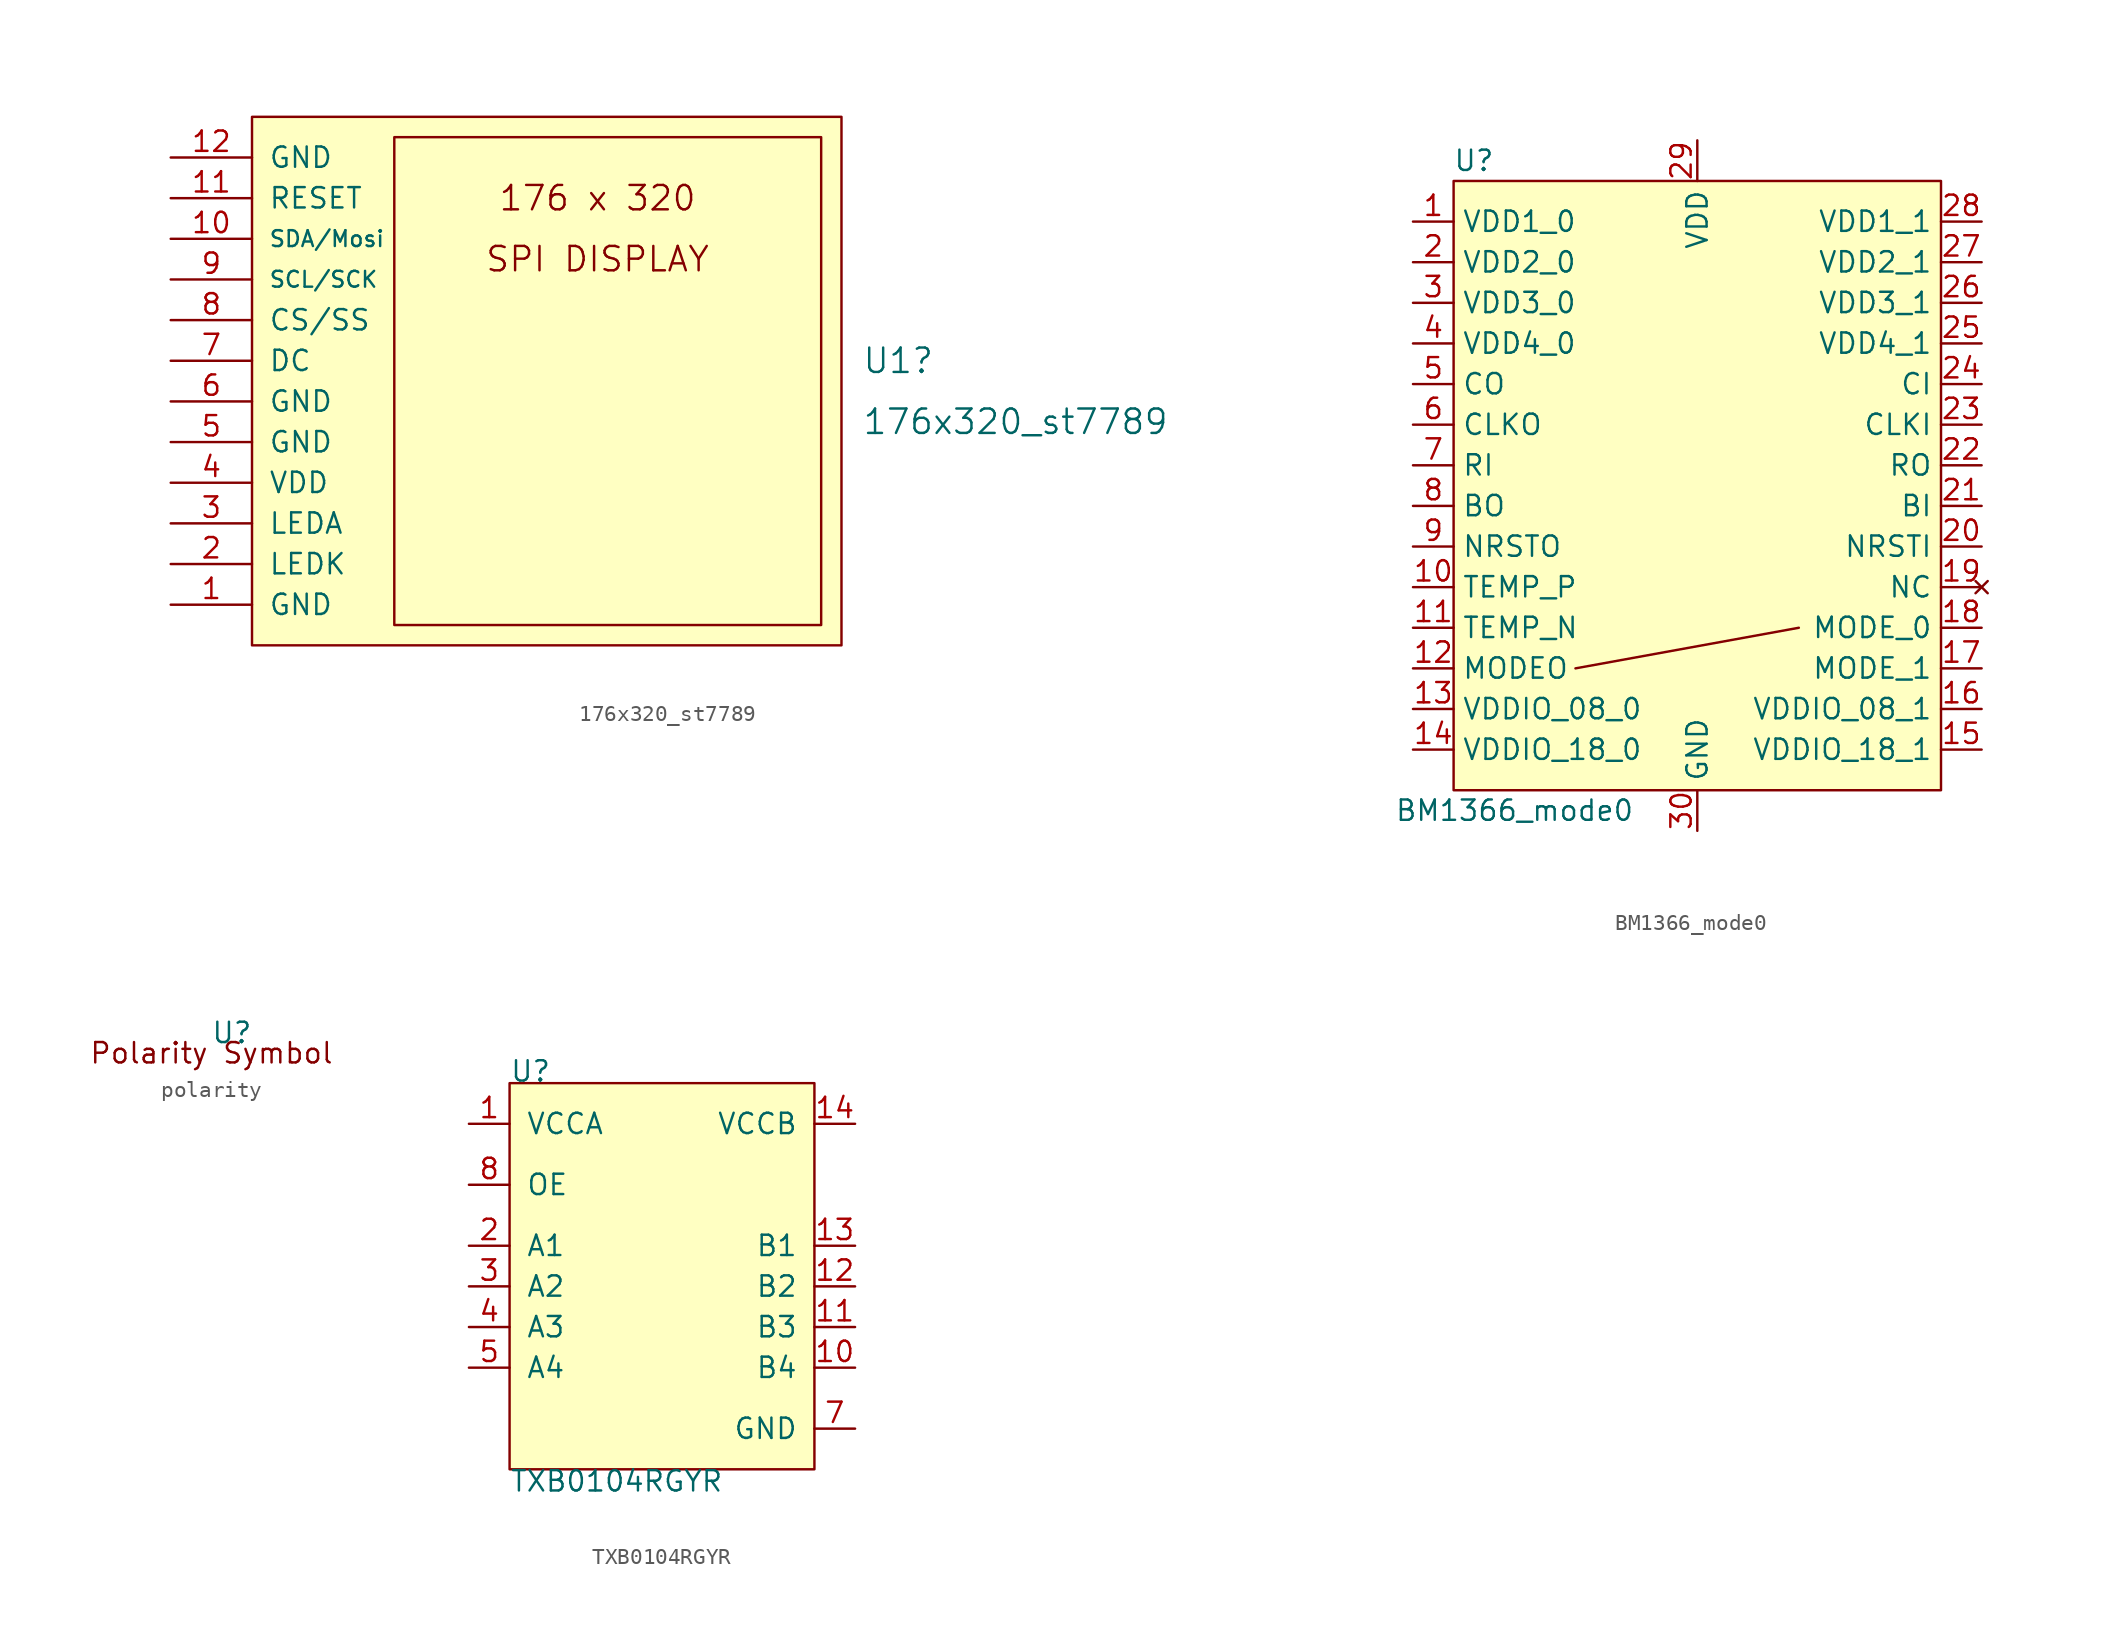
<source format=kicad_sym>
(kicad_symbol_lib
  (version 20220914)
  (generator kicad_symbol_editor)
  (symbol "176x320_st7789"
    (pin_names
      (offset 1.016))
    (property "Reference" "U1"
      (at 38.1 17.78 0)
      (effects (font (size 1.524 1.524)) (justify left)))
    (property "Value" "176x320_st7789"
      (at 38.1 13.97 0)
      (effects (font (size 1.524 1.524)) (justify left)))
    (symbol "176x320_st7789_0_0"
      (text "176 x 320" (at 21.59 27.94 0) (effects (font (size 1.524 1.524))))
      (text "SPI DISPLAY" (at 21.59 24.13 0) (effects (font (size 1.524 1.524)))))
    (symbol "176x320_st7789_0_1"
      (rectangle (start 8.89 31.75) (end 35.56 1.27) (stroke (width 0) (type default)) (fill (type none))))
    (symbol "176x320_st7789_1_1"
      (rectangle (start 0 33.02) (end 36.83 0) (stroke (width 0) (type default)) (fill (type background)))
      (pin power_in line (at -5.08 2.54 0) (length 5.08) (name "GND" (effects (font (size 1.27 1.27)))) (number "1" (effects (font (size 1.27 1.27)))))
      (pin bidirectional line (at -5.08 25.4 0) (length 5.08) (name "SDA/Mosi" (effects (font (size 0.991 0.991)))) (number "10" (effects (font (size 1.27 1.27)))))
      (pin bidirectional line (at -5.08 27.94 0) (length 5.08) (name "RESET" (effects (font (size 1.27 1.27)))) (number "11" (effects (font (size 1.27 1.27)))))
      (pin power_in line (at -5.08 30.48 0) (length 5.08) (name "GND" (effects (font (size 1.27 1.27)))) (number "12" (effects (font (size 1.27 1.27)))))
      (pin power_in line (at -5.08 5.08 0) (length 5.08) (name "LEDK" (effects (font (size 1.27 1.27)))) (number "2" (effects (font (size 1.27 1.27)))))
      (pin power_in line (at -5.08 7.62 0) (length 5.08) (name "LEDA" (effects (font (size 1.27 1.27)))) (number "3" (effects (font (size 1.27 1.27)))))
      (pin power_in line (at -5.08 10.16 0) (length 5.08) (name "VDD" (effects (font (size 1.27 1.27)))) (number "4" (effects (font (size 1.27 1.27)))))
      (pin power_in line (at -5.08 12.7 0) (length 5.08) (name "GND" (effects (font (size 1.27 1.27)))) (number "5" (effects (font (size 1.27 1.27)))))
      (pin power_in line (at -5.08 15.24 0) (length 5.08) (name "GND" (effects (font (size 1.27 1.27)))) (number "6" (effects (font (size 1.27 1.27)))))
      (pin bidirectional line (at -5.08 17.78 0) (length 5.08) (name "DC" (effects (font (size 1.27 1.27)))) (number "7" (effects (font (size 1.27 1.27)))))
      (pin bidirectional line (at -5.08 20.32 0) (length 5.08) (name "CS/SS" (effects (font (size 1.27 1.27)))) (number "8" (effects (font (size 1.27 1.27)))))
      (pin bidirectional line (at -5.08 22.86 0) (length 5.08) (name "SCL/SCK" (effects (font (size 0.991 0.991)))) (number "9" (effects (font (size 1.27 1.27)))))))
  (symbol "BM1366_mode0"
    (property "Reference" "U"
      (at -13.97 21.59 0)
      (effects (font (size 1.27 1.27))))
    (property "Value" "BM1366_mode0"
      (at -11.43 -19.05 0)
      (effects (font (size 1.27 1.27))))
    (symbol "BM1366_mode0_0_1"
      (rectangle (start -15.24 20.32) (end 15.24 -17.78) (stroke (width 0) (type default)) (fill (type background)))
      (polyline (pts (xy -7.62 -10.16) (xy 6.35 -7.62)) (stroke (width 0) (type default)) (fill (type none))))
    (symbol "BM1366_mode0_1_1"
      (pin input line (at -17.78 17.78 0) (length 2.54) (name "VDD1_0" (effects (font (size 1.27 1.27)))) (number "1" (effects (font (size 1.27 1.27)))))
      (pin input line (at -17.78 -5.08 0) (length 2.54) (name "TEMP_P" (effects (font (size 1.27 1.27)))) (number "10" (effects (font (size 1.27 1.27)))))
      (pin input line (at -17.78 -7.62 0) (length 2.54) (name "TEMP_N" (effects (font (size 1.27 1.27)))) (number "11" (effects (font (size 1.27 1.27)))))
      (pin input line (at -17.78 -10.16 0) (length 2.54) (name "MODEO" (effects (font (size 1.27 1.27)))) (number "12" (effects (font (size 1.27 1.27)))))
      (pin input line (at -17.78 -12.7 0) (length 2.54) (name "VDDIO_08_0" (effects (font (size 1.27 1.27)))) (number "13" (effects (font (size 1.27 1.27)))))
      (pin input line (at -17.78 -15.24 0) (length 2.54) (name "VDDIO_18_0" (effects (font (size 1.27 1.27)))) (number "14" (effects (font (size 1.27 1.27)))))
      (pin input line (at 17.78 -15.24 180) (length 2.54) (name "VDDIO_18_1" (effects (font (size 1.27 1.27)))) (number "15" (effects (font (size 1.27 1.27)))))
      (pin input line (at 17.78 -12.7 180) (length 2.54) (name "VDDIO_08_1" (effects (font (size 1.27 1.27)))) (number "16" (effects (font (size 1.27 1.27)))))
      (pin input line (at 17.78 -10.16 180) (length 2.54) (name "MODE_1" (effects (font (size 1.27 1.27)))) (number "17" (effects (font (size 1.27 1.27)))))
      (pin input line (at 17.78 -7.62 180) (length 2.54) (name "MODE_0" (effects (font (size 1.27 1.27)))) (number "18" (effects (font (size 1.27 1.27)))))
      (pin no_connect line (at 17.78 -5.08 180) (length 2.54) (name "NC" (effects (font (size 1.27 1.27)))) (number "19" (effects (font (size 1.27 1.27)))))
      (pin input line (at -17.78 15.24 0) (length 2.54) (name "VDD2_0" (effects (font (size 1.27 1.27)))) (number "2" (effects (font (size 1.27 1.27)))))
      (pin input line (at 17.78 -2.54 180) (length 2.54) (name "NRSTI" (effects (font (size 1.27 1.27)))) (number "20" (effects (font (size 1.27 1.27)))))
      (pin input line (at 17.78 0 180) (length 2.54) (name "BI" (effects (font (size 1.27 1.27)))) (number "21" (effects (font (size 1.27 1.27)))))
      (pin input line (at 17.78 2.54 180) (length 2.54) (name "RO" (effects (font (size 1.27 1.27)))) (number "22" (effects (font (size 1.27 1.27)))))
      (pin input line (at 17.78 5.08 180) (length 2.54) (name "CLKI" (effects (font (size 1.27 1.27)))) (number "23" (effects (font (size 1.27 1.27)))))
      (pin input line (at 17.78 7.62 180) (length 2.54) (name "CI" (effects (font (size 1.27 1.27)))) (number "24" (effects (font (size 1.27 1.27)))))
      (pin input line (at 17.78 10.16 180) (length 2.54) (name "VDD4_1" (effects (font (size 1.27 1.27)))) (number "25" (effects (font (size 1.27 1.27)))))
      (pin input line (at 17.78 12.7 180) (length 2.54) (name "VDD3_1" (effects (font (size 1.27 1.27)))) (number "26" (effects (font (size 1.27 1.27)))))
      (pin input line (at 17.78 15.24 180) (length 2.54) (name "VDD2_1" (effects (font (size 1.27 1.27)))) (number "27" (effects (font (size 1.27 1.27)))))
      (pin input line (at 17.78 17.78 180) (length 2.54) (name "VDD1_1" (effects (font (size 1.27 1.27)))) (number "28" (effects (font (size 1.27 1.27)))))
      (pin input line (at 0 22.86 270) (length 2.54) (name "VDD" (effects (font (size 1.27 1.27)))) (number "29" (effects (font (size 1.27 1.27)))))
      (pin input line (at -17.78 12.7 0) (length 2.54) (name "VDD3_0" (effects (font (size 1.27 1.27)))) (number "3" (effects (font (size 1.27 1.27)))))
      (pin input line (at 0 -20.32 90) (length 2.54) (name "GND" (effects (font (size 1.27 1.27)))) (number "30" (effects (font (size 1.27 1.27)))))
      (pin input line (at -17.78 10.16 0) (length 2.54) (name "VDD4_0" (effects (font (size 1.27 1.27)))) (number "4" (effects (font (size 1.27 1.27)))))
      (pin input line (at -17.78 7.62 0) (length 2.54) (name "CO" (effects (font (size 1.27 1.27)))) (number "5" (effects (font (size 1.27 1.27)))))
      (pin input line (at -17.78 5.08 0) (length 2.54) (name "CLKO" (effects (font (size 1.27 1.27)))) (number "6" (effects (font (size 1.27 1.27)))))
      (pin input line (at -17.78 2.54 0) (length 2.54) (name "RI" (effects (font (size 1.27 1.27)))) (number "7" (effects (font (size 1.27 1.27)))))
      (pin input line (at -17.78 0 0) (length 2.54) (name "BO" (effects (font (size 1.27 1.27)))) (number "8" (effects (font (size 1.27 1.27)))))
      (pin input line (at -17.78 -2.54 0) (length 2.54) (name "NRSTO" (effects (font (size 1.27 1.27)))) (number "9" (effects (font (size 1.27 1.27)))))))
  (symbol "polarity"
    (property "Reference" "U"
      (at 0 0 0)
      (effects (font (size 1.27 1.27))))
    (property "Value" ""
      (at 0 0 0)
      (effects (font (size 1.27 1.27))))
    (symbol "polarity_1_1"
      (text "Polarity Symbol" (at -1.27 -1.27 0) (effects (font (size 1.27 1.27))))))
  (symbol "TXB0104RGYR"
    (pin_names
      (offset 1.016))
    (property "Reference" "U"
      (at -8.89 12.7 0)
      (effects (font (size 1.27 1.27)) (justify left bottom)))
    (property "Value" "TXB0104RGYR"
      (at -8.89 -11.43 0)
      (effects (font (size 1.27 1.27)) (justify left top)))
    (symbol "TXB0104RGYR_0_0"
      (rectangle (start -8.89 12.7) (end 10.16 -11.43) (stroke (width 0.152) (type default)) (fill (type background)))
      (pin power_in line (at -11.43 10.16 0) (length 2.54) (name "VCCA" (effects (font (size 1.27 1.27)))) (number "1" (effects (font (size 1.27 1.27)))))
      (pin bidirectional line (at 12.7 -5.08 180) (length 2.54) (name "B4" (effects (font (size 1.27 1.27)))) (number "10" (effects (font (size 1.27 1.27)))))
      (pin bidirectional line (at 12.7 -2.54 180) (length 2.54) (name "B3" (effects (font (size 1.27 1.27)))) (number "11" (effects (font (size 1.27 1.27)))))
      (pin bidirectional line (at 12.7 0 180) (length 2.54) (name "B2" (effects (font (size 1.27 1.27)))) (number "12" (effects (font (size 1.27 1.27)))))
      (pin bidirectional line (at 12.7 2.54 180) (length 2.54) (name "B1" (effects (font (size 1.27 1.27)))) (number "13" (effects (font (size 1.27 1.27)))))
      (pin power_in line (at 12.7 10.16 180) (length 2.54) (name "VCCB" (effects (font (size 1.27 1.27)))) (number "14" (effects (font (size 1.27 1.27)))))
      (pin passive line (at 12.7 -8.89 180) (length 2.54) hide (name "GND" (effects (font (size 1.27 1.27)))) (number "15" (effects (font (size 1.27 1.27)))))
      (pin passive line (at 12.7 -8.89 180) (length 2.54) hide (name "GND" (effects (font (size 1.27 1.27)))) (number "16" (effects (font (size 1.27 1.27)))))
      (pin passive line (at 12.7 -8.89 180) (length 2.54) hide (name "GND" (effects (font (size 1.27 1.27)))) (number "17" (effects (font (size 1.27 1.27)))))
      (pin passive line (at 12.7 -8.89 180) (length 2.54) hide (name "GND" (effects (font (size 1.27 1.27)))) (number "18" (effects (font (size 1.27 1.27)))))
      (pin passive line (at 12.7 -8.89 180) (length 2.54) hide (name "GND" (effects (font (size 1.27 1.27)))) (number "19" (effects (font (size 1.27 1.27)))))
      (pin bidirectional line (at -11.43 2.54 0) (length 2.54) (name "A1" (effects (font (size 1.27 1.27)))) (number "2" (effects (font (size 1.27 1.27)))))
      (pin bidirectional line (at -11.43 0 0) (length 2.54) (name "A2" (effects (font (size 1.27 1.27)))) (number "3" (effects (font (size 1.27 1.27)))))
      (pin bidirectional line (at -11.43 -2.54 0) (length 2.54) (name "A3" (effects (font (size 1.27 1.27)))) (number "4" (effects (font (size 1.27 1.27)))))
      (pin bidirectional line (at -11.43 -5.08 0) (length 2.54) (name "A4" (effects (font (size 1.27 1.27)))) (number "5" (effects (font (size 1.27 1.27)))))
      (pin power_in line (at 12.7 -8.89 180) (length 2.54) (name "GND" (effects (font (size 1.27 1.27)))) (number "7" (effects (font (size 1.27 1.27)))))
      (pin input line (at -11.43 6.35 0) (length 2.54) (name "OE" (effects (font (size 1.27 1.27)))) (number "8" (effects (font (size 1.27 1.27))))))
    (symbol "TXB0104RGYR_1_1"
      (pin no_connect line (at -11.43 -8.89 0) (length 2.54) hide (name "NC" (effects (font (size 1.27 1.27)))) (number "6" (effects (font (size 1.27 1.27)))))
      (pin no_connect line (at -11.43 -8.89 0) (length 2.54) hide (name "NC" (effects (font (size 1.27 1.27)))) (number "9" (effects (font (size 1.27 1.27))))))))
</source>
